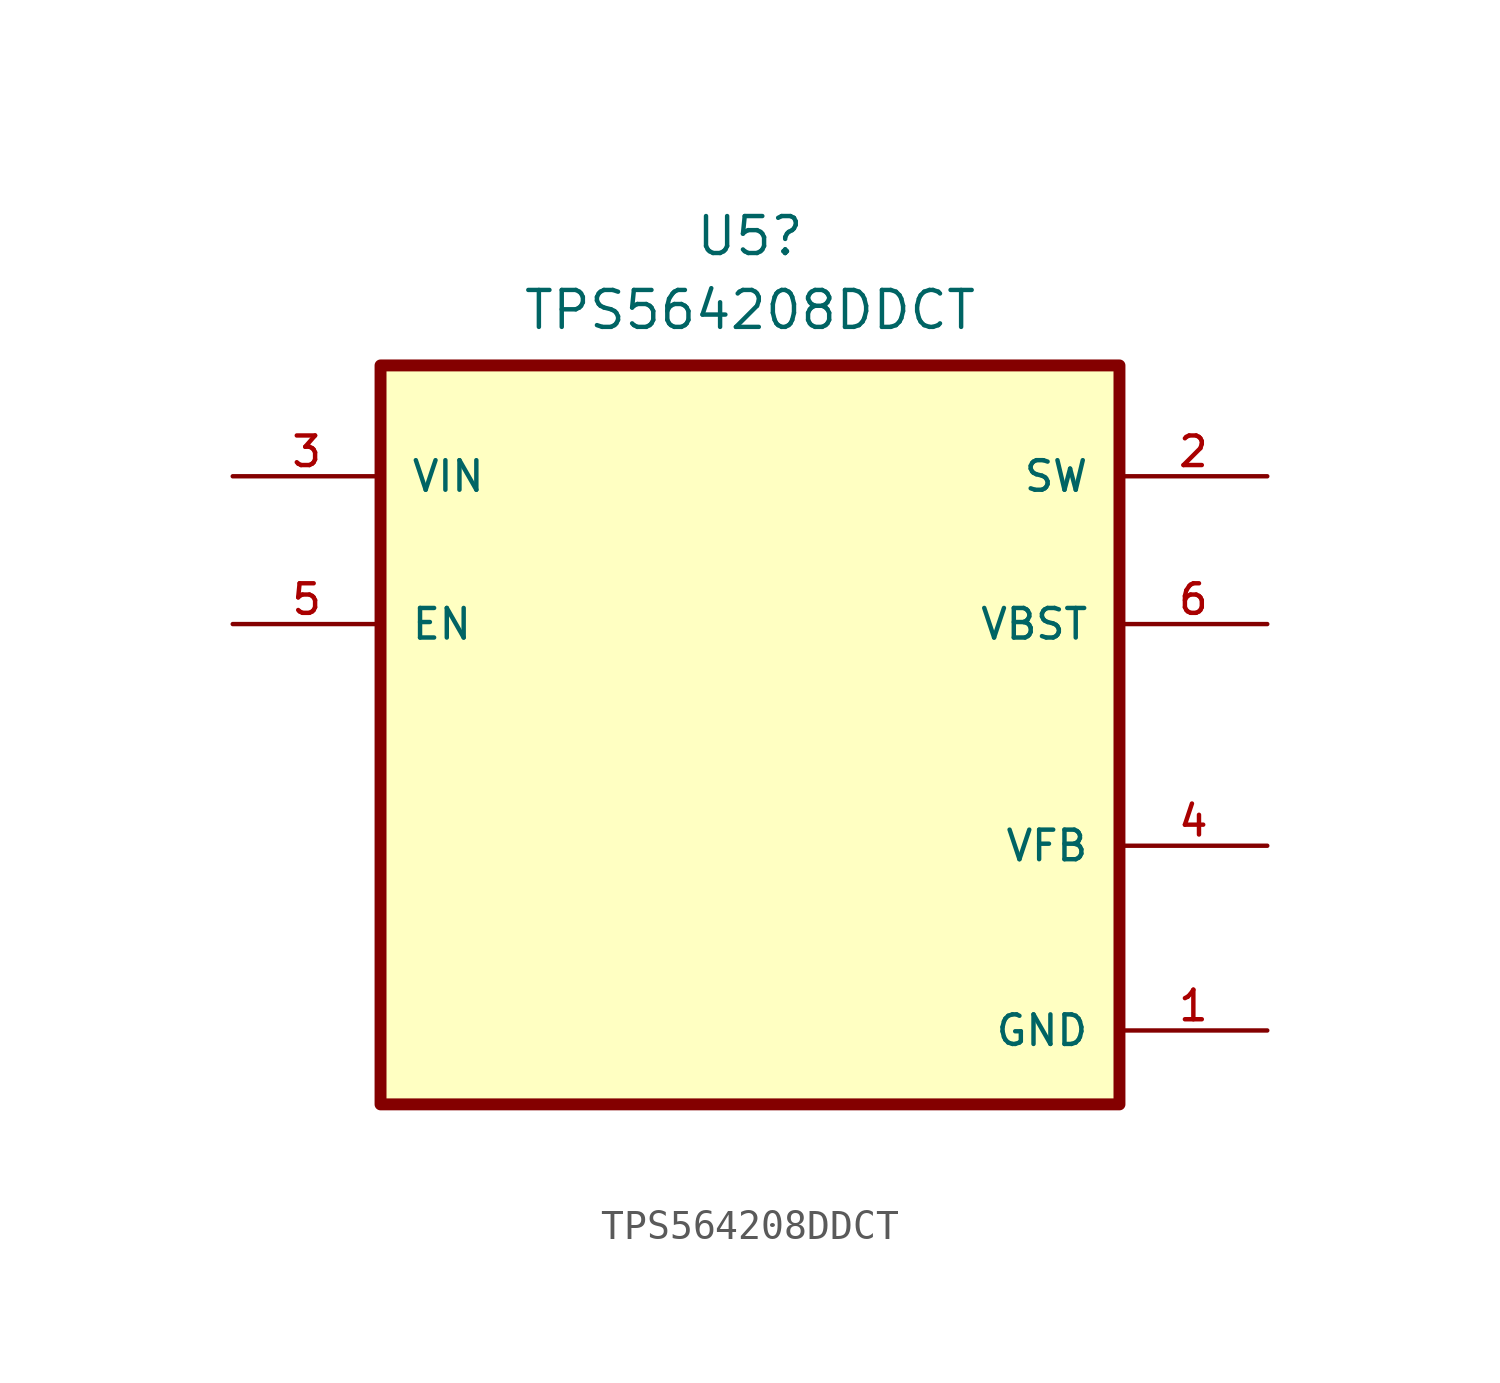
<source format=kicad_sym>
(kicad_symbol_lib
  (version 20220914)
  (generator kicad_symbol_editor)
  (symbol "TPS564208DDCT"
    (pin_names
      (offset 1.016))
    (property "Reference" "U5"
      (at 0 17.145 0)
      (effects (font (size 1.27 1.27))))
    (property "Value" "TPS564208DDCT"
      (at 0 14.605 0)
      (effects (font (size 1.27 1.27))))
    (symbol "TPS564208DDCT_0_0"
      (rectangle (start -12.7 12.7) (end 12.7 -12.7) (stroke (width 0.41) (type default)) (fill (type background)))
      (pin power_in line (at 17.78 -10.16 180) (length 5.08) (name "GND" (effects (font (size 1.016 1.016)))) (number "1" (effects (font (size 1.016 1.016)))))
      (pin input line (at -17.78 8.89 0) (length 5.08) (name "VIN" (effects (font (size 1.016 1.016)))) (number "3" (effects (font (size 1.016 1.016)))))
      (pin input line (at -17.78 3.81 0) (length 5.08) (name "EN" (effects (font (size 1.016 1.016)))) (number "5" (effects (font (size 1.016 1.016))))))
    (symbol "TPS564208DDCT_1_0"
      (pin bidirectional line (at 17.78 8.89 180) (length 5.08) (name "SW" (effects (font (size 1.016 1.016)))) (number "2" (effects (font (size 1.016 1.016)))))
      (pin input line (at 17.78 -3.81 180) (length 5.08) (name "VFB" (effects (font (size 1.016 1.016)))) (number "4" (effects (font (size 1.016 1.016)))))
      (pin input line (at 17.78 3.81 180) (length 5.08) (name "VBST" (effects (font (size 1.016 1.016)))) (number "6" (effects (font (size 1.016 1.016))))))))
</source>
